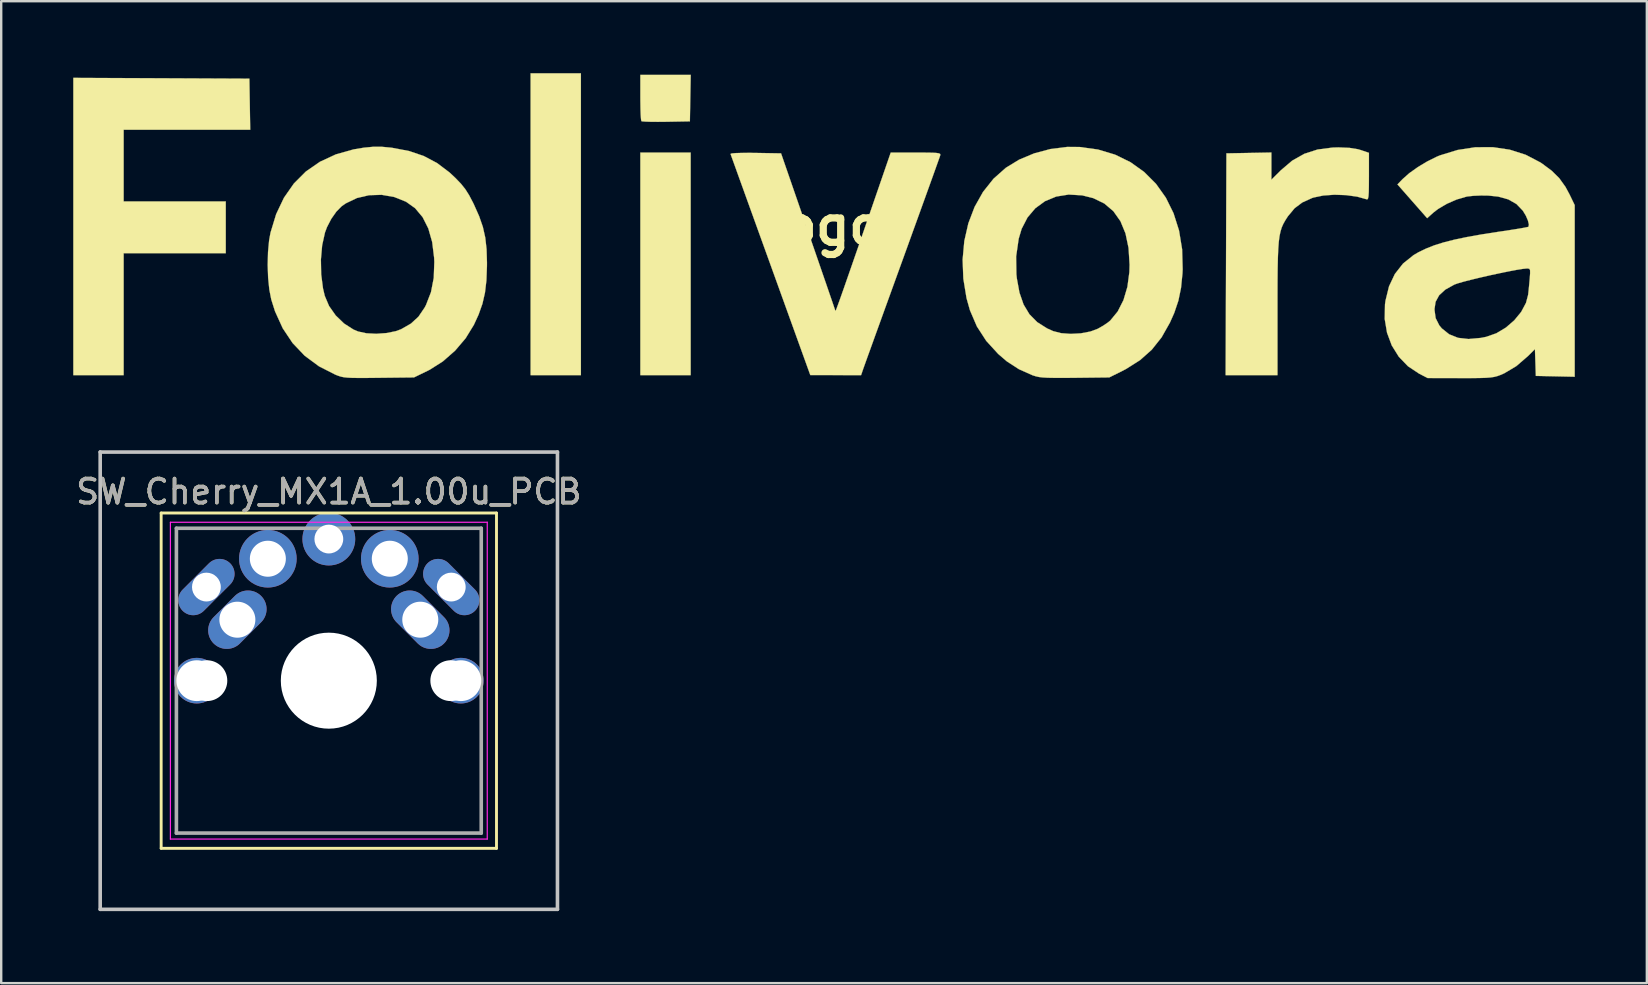
<source format=kicad_pcb>
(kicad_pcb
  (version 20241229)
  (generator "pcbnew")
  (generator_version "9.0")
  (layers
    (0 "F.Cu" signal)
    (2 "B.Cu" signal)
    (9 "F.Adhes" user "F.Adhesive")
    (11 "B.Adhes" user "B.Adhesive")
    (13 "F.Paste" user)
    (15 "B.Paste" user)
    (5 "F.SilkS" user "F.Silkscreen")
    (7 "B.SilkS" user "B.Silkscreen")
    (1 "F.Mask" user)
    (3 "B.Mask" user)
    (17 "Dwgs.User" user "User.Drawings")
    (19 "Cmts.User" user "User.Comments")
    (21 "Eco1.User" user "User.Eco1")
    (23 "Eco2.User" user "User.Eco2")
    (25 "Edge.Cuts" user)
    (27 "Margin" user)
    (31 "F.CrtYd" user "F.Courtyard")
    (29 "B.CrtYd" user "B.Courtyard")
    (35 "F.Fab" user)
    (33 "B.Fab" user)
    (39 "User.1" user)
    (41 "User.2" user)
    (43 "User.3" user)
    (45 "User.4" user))
  (footprint "logo"
    (layer "F.Cu")
    (at 31.247 6.355)
    (property "Reference" "logo" (at 0 0 0) (layer "F.SilkS") (effects (font (size 1.524 1.524) (thickness 0.3))))
    (attr through_hole)
    (fp_poly (pts (xy -10.097 6.223) (xy -12.192 6.223) (xy -12.192 -6.35) (xy -10.097 -6.35) (xy -10.097 6.223)) (stroke (width 0.01) (type solid)) (fill yes) (layer "F.SilkS"))
    (fp_poly (pts (xy -5.524 6.223) (xy -7.62 6.223) (xy -7.62 -3.048) (xy -5.524 -3.048) (xy -5.524 6.223)) (stroke (width 0.01) (type solid)) (fill yes) (layer "F.SilkS"))
    (fp_poly (pts (xy -23.908 -6.128) (xy -23.873 -4) (xy -29.146 -4) (xy -29.146 -1.016) (xy -24.892 -1.016) (xy -24.892 1.143) (xy -29.146 1.143) (xy -29.146 6.223) (xy -31.242 6.223) (xy -31.242 -6.161) (xy -23.908 -6.128)) (stroke (width 0.01) (type solid)) (fill yes) (layer "F.SilkS"))
    (fp_poly (pts (xy -5.539 -5.318) (xy -5.556 -4.35) (xy -6.544 -4.332) (xy -6.886 -4.329) (xy -7.183 -4.331) (xy -7.411 -4.339) (xy -7.548 -4.35) (xy -7.576 -4.359) (xy -7.592 -4.435) (xy -7.605 -4.614) (xy -7.614 -4.873) (xy -7.619 -5.19) (xy -7.62 -5.345) (xy -7.62 -6.287) (xy -5.521 -6.287) (xy -5.539 -5.318)) (stroke (width 0.01) (type solid)) (fill yes) (layer "F.SilkS"))
    (fp_poly (pts (xy 21.919 -3.245) (xy 22.275 -3.188) (xy 22.4 -3.151) (xy 22.733 -3.038) (xy 22.733 -2.052) (xy 22.731 -1.673) (xy 22.726 -1.405) (xy 22.714 -1.231) (xy 22.695 -1.135) (xy 22.667 -1.099) (xy 22.642 -1.101) (xy 22.244 -1.212) (xy 21.781 -1.276) (xy 21.295 -1.293) (xy 20.83 -1.26) (xy 20.43 -1.177) (xy 20.361 -1.154) (xy 19.956 -0.97) (xy 19.636 -0.73) (xy 19.364 -0.403) (xy 19.335 -0.36) (xy 19.242 -0.214) (xy 19.164 -0.074) (xy 19.1 0.072) (xy 19.049 0.237) (xy 19.008 0.433) (xy 18.977 0.673) (xy 18.955 0.969) (xy 18.94 1.333) (xy 18.93 1.779) (xy 18.925 2.318) (xy 18.923 2.964) (xy 18.923 3.474) (xy 18.923 6.223) (xy 16.763 6.223) (xy 16.796 -3.016) (xy 18.669 -3.051) (xy 18.669 -1.917) (xy 19.068 -2.315) (xy 19.534 -2.711) (xy 20.038 -2.996) (xy 20.594 -3.176) (xy 21.217 -3.257) (xy 21.463 -3.264) (xy 21.919 -3.245)) (stroke (width 0.01) (type solid)) (fill yes) (layer "F.SilkS"))
    (fp_poly (pts (xy 4.245 -3.047) (xy 4.522 -3.043) (xy 4.706 -3.034) (xy 4.816 -3.018) (xy 4.867 -2.993) (xy 4.878 -2.958) (xy 4.874 -2.937) (xy 4.848 -2.86) (xy 4.782 -2.674) (xy 4.68 -2.387) (xy 4.545 -2.011) (xy 4.381 -1.555) (xy 4.191 -1.028) (xy 3.979 -0.441) (xy 3.748 0.197) (xy 3.503 0.876) (xy 3.303 1.429) (xy 3.046 2.138) (xy 2.8 2.818) (xy 2.568 3.458) (xy 2.355 4.048) (xy 2.163 4.578) (xy 1.998 5.037) (xy 1.861 5.415) (xy 1.758 5.702) (xy 1.692 5.887) (xy 1.668 5.953) (xy 1.576 6.223) (xy 0.518 6.222) (xy -0.54 6.22) (xy -2.191 1.643) (xy -2.454 0.914) (xy -2.705 0.219) (xy -2.94 -0.433) (xy -3.156 -1.031) (xy -3.349 -1.567) (xy -3.517 -2.032) (xy -3.655 -2.416) (xy -3.761 -2.71) (xy -3.831 -2.904) (xy -3.862 -2.989) (xy -3.863 -2.992) (xy -3.811 -3.013) (xy -3.646 -3.027) (xy -3.382 -3.035) (xy -3.034 -3.036) (xy -2.822 -3.034) (xy -1.758 -3.016) (xy -0.628 0.254) (xy -0.416 0.869) (xy -0.216 1.448) (xy -0.033 1.979) (xy 0.13 2.451) (xy 0.268 2.854) (xy 0.379 3.176) (xy 0.457 3.406) (xy 0.501 3.534) (xy 0.508 3.556) (xy 0.523 3.528) (xy 0.566 3.419) (xy 0.637 3.225) (xy 0.739 2.94) (xy 0.873 2.561) (xy 1.039 2.084) (xy 1.241 1.503) (xy 1.48 0.815) (xy 1.756 0.014) (xy 2.029 -0.778) (xy 2.811 -3.048) (xy 3.858 -3.048) (xy 4.245 -3.047)) (stroke (width 0.01) (type solid)) (fill yes) (layer "F.SilkS"))
    (fp_poly (pts (xy 10.672 -3.282) (xy 11.444 -3.176) (xy 12.155 -2.963) (xy 12.798 -2.649) (xy 13.369 -2.241) (xy 13.863 -1.746) (xy 14.273 -1.169) (xy 14.594 -0.519) (xy 14.822 0.2) (xy 14.95 0.979) (xy 14.973 1.814) (xy 14.965 1.986) (xy 14.905 2.588) (xy 14.795 3.119) (xy 14.623 3.63) (xy 14.444 4.032) (xy 14.095 4.649) (xy 13.685 5.165) (xy 13.198 5.598) (xy 12.613 5.968) (xy 12.451 6.052) (xy 11.916 6.318) (xy 10.483 6.334) (xy 10.007 6.338) (xy 9.639 6.337) (xy 9.359 6.332) (xy 9.148 6.32) (xy 8.987 6.301) (xy 8.856 6.272) (xy 8.735 6.234) (xy 8.719 6.229) (xy 8.153 5.977) (xy 7.651 5.652) (xy 7.291 5.344) (xy 6.791 4.797) (xy 6.4 4.193) (xy 6.111 3.52) (xy 5.969 3.016) (xy 5.836 2.205) (xy 5.806 1.407) (xy 5.818 1.282) (xy 8.035 1.282) (xy 8.046 2.019) (xy 8.064 2.189) (xy 8.174 2.787) (xy 8.346 3.282) (xy 8.59 3.688) (xy 8.913 4.015) (xy 9.323 4.275) (xy 9.577 4.39) (xy 9.909 4.475) (xy 10.308 4.505) (xy 10.729 4.482) (xy 11.125 4.407) (xy 11.43 4.295) (xy 11.654 4.168) (xy 11.857 4.031) (xy 11.956 3.95) (xy 12.267 3.571) (xy 12.507 3.098) (xy 12.671 2.546) (xy 12.753 1.932) (xy 12.762 1.625) (xy 12.719 0.925) (xy 12.592 0.32) (xy 12.381 -0.191) (xy 12.086 -0.607) (xy 11.709 -0.927) (xy 11.249 -1.151) (xy 10.786 -1.267) (xy 10.225 -1.3) (xy 9.706 -1.217) (xy 9.24 -1.025) (xy 8.837 -0.732) (xy 8.509 -0.345) (xy 8.264 0.13) (xy 8.142 0.54) (xy 8.035 1.282) (xy 5.818 1.282) (xy 5.877 0.634) (xy 6.045 -0.102) (xy 6.306 -0.787) (xy 6.656 -1.409) (xy 7.091 -1.957) (xy 7.607 -2.415) (xy 8.159 -2.753) (xy 8.788 -3.016) (xy 9.463 -3.196) (xy 10.153 -3.283) (xy 10.672 -3.282)) (stroke (width 0.01) (type solid)) (fill yes) (layer "F.SilkS"))
    (fp_poly (pts (xy -18.012 -3.254) (xy -17.96 -3.247) (xy -17.259 -3.114) (xy -16.644 -2.906) (xy -16.09 -2.613) (xy -15.572 -2.222) (xy -15.327 -1.993) (xy -15.093 -1.75) (xy -14.913 -1.525) (xy -14.755 -1.276) (xy -14.589 -0.96) (xy -14.551 -0.881) (xy -14.335 -0.396) (xy -14.181 0.049) (xy -14.081 0.494) (xy -14.027 0.976) (xy -14.01 1.534) (xy -14.011 1.683) (xy -14.033 2.278) (xy -14.093 2.788) (xy -14.199 3.25) (xy -14.36 3.703) (xy -14.555 4.128) (xy -14.898 4.686) (xy -15.336 5.202) (xy -15.845 5.649) (xy -16.396 5.999) (xy -16.478 6.04) (xy -17.05 6.318) (xy -18.51 6.334) (xy -18.98 6.339) (xy -19.343 6.34) (xy -19.617 6.337) (xy -19.821 6.327) (xy -19.976 6.31) (xy -20.1 6.284) (xy -20.213 6.247) (xy -20.33 6.201) (xy -21.011 5.854) (xy -21.603 5.416) (xy -22.106 4.888) (xy -22.518 4.271) (xy -22.839 3.567) (xy -22.996 3.072) (xy -23.077 2.659) (xy -23.127 2.164) (xy -23.145 1.629) (xy -23.139 1.406) (xy -20.928 1.406) (xy -20.917 2.02) (xy -20.841 2.609) (xy -20.767 2.922) (xy -20.588 3.344) (xy -20.311 3.737) (xy -19.963 4.073) (xy -19.571 4.324) (xy -19.375 4.406) (xy -19.029 4.48) (xy -18.618 4.501) (xy -18.193 4.47) (xy -17.804 4.391) (xy -17.587 4.311) (xy -17.179 4.077) (xy -16.864 3.788) (xy -16.609 3.413) (xy -16.55 3.302) (xy -16.342 2.766) (xy -16.227 2.173) (xy -16.203 1.508) (xy -16.211 1.334) (xy -16.292 0.679) (xy -16.453 0.113) (xy -16.691 -0.359) (xy -17.005 -0.733) (xy -17.381 -1.001) (xy -17.874 -1.198) (xy -18.397 -1.289) (xy -18.923 -1.273) (xy -19.429 -1.155) (xy -19.89 -0.934) (xy -20.065 -0.812) (xy -20.284 -0.59) (xy -20.497 -0.286) (xy -20.674 0.056) (xy -20.759 0.283) (xy -20.876 0.812) (xy -20.928 1.406) (xy -23.139 1.406) (xy -23.131 1.096) (xy -23.085 0.604) (xy -23.027 0.286) (xy -22.792 -0.485) (xy -22.467 -1.168) (xy -22.053 -1.761) (xy -21.554 -2.26) (xy -20.97 -2.665) (xy -20.306 -2.973) (xy -19.563 -3.182) (xy -19.135 -3.253) (xy -18.746 -3.29) (xy -18.397 -3.29) (xy -18.012 -3.254)) (stroke (width 0.01) (type solid)) (fill yes) (layer "F.SilkS"))
    (fp_poly (pts (xy 28.598 -3.169) (xy 29.265 -2.957) (xy 29.877 -2.637) (xy 29.936 -2.598) (xy 30.345 -2.294) (xy 30.662 -1.981) (xy 30.919 -1.623) (xy 31.091 -1.304) (xy 31.305 -0.861) (xy 31.305 6.29) (xy 29.686 6.255) (xy 29.668 5.697) (xy 29.649 5.138) (xy 29.36 5.428) (xy 28.874 5.847) (xy 28.37 6.147) (xy 28.199 6.221) (xy 28.077 6.265) (xy 27.95 6.297) (xy 27.797 6.32) (xy 27.598 6.335) (xy 27.333 6.343) (xy 26.981 6.347) (xy 26.525 6.347) (xy 25.178 6.344) (xy 24.821 6.16) (xy 24.358 5.852) (xy 23.977 5.456) (xy 23.684 4.986) (xy 23.487 4.457) (xy 23.39 3.881) (xy 23.398 3.485) (xy 25.463 3.485) (xy 25.512 3.847) (xy 25.665 4.151) (xy 25.769 4.276) (xy 26.077 4.522) (xy 26.445 4.669) (xy 26.881 4.719) (xy 27.392 4.673) (xy 27.622 4.627) (xy 28.041 4.48) (xy 28.436 4.244) (xy 28.788 3.94) (xy 29.075 3.59) (xy 29.276 3.214) (xy 29.365 2.879) (xy 29.387 2.684) (xy 29.412 2.425) (xy 29.432 2.207) (xy 29.448 1.98) (xy 29.446 1.852) (xy 29.417 1.794) (xy 29.355 1.779) (xy 29.323 1.778) (xy 29.16 1.794) (xy 28.9 1.835) (xy 28.567 1.898) (xy 28.185 1.976) (xy 27.78 2.063) (xy 27.378 2.155) (xy 27.001 2.246) (xy 26.677 2.329) (xy 26.429 2.401) (xy 26.29 2.451) (xy 25.915 2.66) (xy 25.658 2.896) (xy 25.51 3.169) (xy 25.463 3.485) (xy 23.398 3.485) (xy 23.402 3.275) (xy 23.423 3.122) (xy 23.57 2.524) (xy 23.813 2.01) (xy 24.153 1.576) (xy 24.591 1.224) (xy 24.805 1.099) (xy 25.115 0.95) (xy 25.454 0.816) (xy 25.84 0.695) (xy 26.287 0.581) (xy 26.811 0.471) (xy 27.427 0.361) (xy 28.152 0.248) (xy 28.311 0.225) (xy 28.659 0.172) (xy 28.962 0.124) (xy 29.197 0.083) (xy 29.343 0.053) (xy 29.381 0.041) (xy 29.397 -0.055) (xy 29.356 -0.221) (xy 29.27 -0.421) (xy 29.151 -0.618) (xy 29.143 -0.63) (xy 28.879 -0.905) (xy 28.541 -1.098) (xy 28.117 -1.215) (xy 27.714 -1.257) (xy 27.404 -1.261) (xy 27.094 -1.248) (xy 26.839 -1.221) (xy 26.789 -1.211) (xy 26.386 -1.093) (xy 25.977 -0.914) (xy 25.611 -0.698) (xy 25.413 -0.544) (xy 25.159 -0.315) (xy 24.541 -1.018) (xy 23.922 -1.722) (xy 24.137 -1.945) (xy 24.412 -2.189) (xy 24.768 -2.442) (xy 25.163 -2.68) (xy 25.556 -2.875) (xy 25.687 -2.93) (xy 26.422 -3.156) (xy 27.161 -3.27) (xy 27.892 -3.274) (xy 28.598 -3.169)) (stroke (width 0.01) (type solid)) (fill yes) (layer "F.SilkS")))
  (footprint "SW_Cherry_MX1A_1.00u_PCB"
    (layer "F.Cu")
    (at 10.649 25.307)
    (property "Reference" "SW_Cherry_MX1A_1.00u_PCB" (at 0 -7.874 0) (layer "F.SilkS") (effects (font (size 1 1) (thickness 0.15))))
    (attr through_hole)
    (fp_line (start -6.985 -6.985) (end 6.985 -6.985) (stroke (width 0.12) (type solid)) (layer "F.SilkS"))
    (fp_line (start -6.985 6.985) (end -6.985 -6.985) (stroke (width 0.12) (type solid)) (layer "F.SilkS"))
    (fp_line (start 6.985 -6.985) (end 6.985 6.985) (stroke (width 0.12) (type solid)) (layer "F.SilkS"))
    (fp_line (start 6.985 6.985) (end -6.985 6.985) (stroke (width 0.12) (type solid)) (layer "F.SilkS"))
    (fp_line (start -9.525 -9.525) (end 9.525 -9.525) (stroke (width 0.15) (type solid)) (layer "Dwgs.User"))
    (fp_line (start -9.525 9.525) (end -9.525 -9.525) (stroke (width 0.15) (type solid)) (layer "Dwgs.User"))
    (fp_line (start 9.525 -9.525) (end 9.525 9.525) (stroke (width 0.15) (type solid)) (layer "Dwgs.User"))
    (fp_line (start 9.525 9.525) (end -9.525 9.525) (stroke (width 0.15) (type solid)) (layer "Dwgs.User"))
    (fp_line (start -6.6 -6.6) (end 6.6 -6.6) (stroke (width 0.05) (type solid)) (layer "F.CrtYd"))
    (fp_line (start -6.6 6.6) (end -6.6 -6.6) (stroke (width 0.05) (type solid)) (layer "F.CrtYd"))
    (fp_line (start 6.6 -6.6) (end 6.6 6.6) (stroke (width 0.05) (type solid)) (layer "F.CrtYd"))
    (fp_line (start 6.6 6.6) (end -6.6 6.6) (stroke (width 0.05) (type solid)) (layer "F.CrtYd"))
    (fp_line (start -6.35 -6.35) (end 6.35 -6.35) (stroke (width 0.15) (type solid)) (layer "F.Fab"))
    (fp_line (start -6.35 6.35) (end -6.35 -6.35) (stroke (width 0.15) (type solid)) (layer "F.Fab"))
    (fp_line (start 6.35 -6.35) (end 6.35 6.35) (stroke (width 0.15) (type solid)) (layer "F.Fab"))
    (fp_line (start 6.35 6.35) (end -6.35 6.35) (stroke (width 0.15) (type solid)) (layer "F.Fab"))
    (fp_text user "${REFERENCE}" (at 0 -7.874 0) (layer "F.Fab") (effects (font (size 1 1) (thickness 0.15))))
    (pad "" np_thru_hole circle (at -5.5 0) (size 1.9 1.9) (drill 1.7) (layers "*.Cu" "*.Mask"))
    (pad "" np_thru_hole circle (at -5.08 0) (size 1.7 1.7) (drill 1.7) (layers "*.Cu" "*.Mask"))
    (pad "" np_thru_hole circle (at 0 0) (size 4 4) (drill 4) (layers "*.Cu" "*.Mask"))
    (pad "" np_thru_hole circle (at 5.08 0) (size 1.7 1.7) (drill 1.7) (layers "*.Cu" "*.Mask"))
    (pad "" np_thru_hole circle (at 5.5 0) (size 1.9 1.9) (drill 1.7) (layers "*.Cu" "*.Mask"))
    (pad "1" thru_hole oval (at -5.1 -3.9 315) (size 1.25 2.8) (drill 1.2) (layers "*.Cu" "*.Mask"))
    (pad "1" thru_hole oval (at -3.81 -2.54 315) (size 1.55 2.8) (drill 1.5) (layers "*.Cu" "*.Mask"))
    (pad "1" thru_hole circle (at -2.54 -5.08) (size 2.4 2.4) (drill 1.5) (layers "*.Cu" "*.Mask"))
    (pad "1" thru_hole oval (at 5.1 -3.9 45) (size 1.25 2.8) (drill 1.2) (layers "*.Cu" "*.Mask"))
    (pad "2" thru_hole circle (at 0 -5.9) (size 2.2 2.2) (drill 1.2) (layers "*.Cu" "*.Mask"))
    (pad "2" thru_hole circle (at 2.54 -5.08) (size 2.4 2.4) (drill 1.5) (layers "*.Cu" "*.Mask"))
    (pad "2" thru_hole oval (at 3.81 -2.54 45) (size 1.55 2.8) (drill 1.5) (layers "*.Cu" "*.Mask")))
  (gr_rect
    (start -3 -3)
    (end 65.558 37.907)
    (stroke (width 0.1) (type default))
    (fill no)
    (layer "Edge.Cuts")))
</source>
